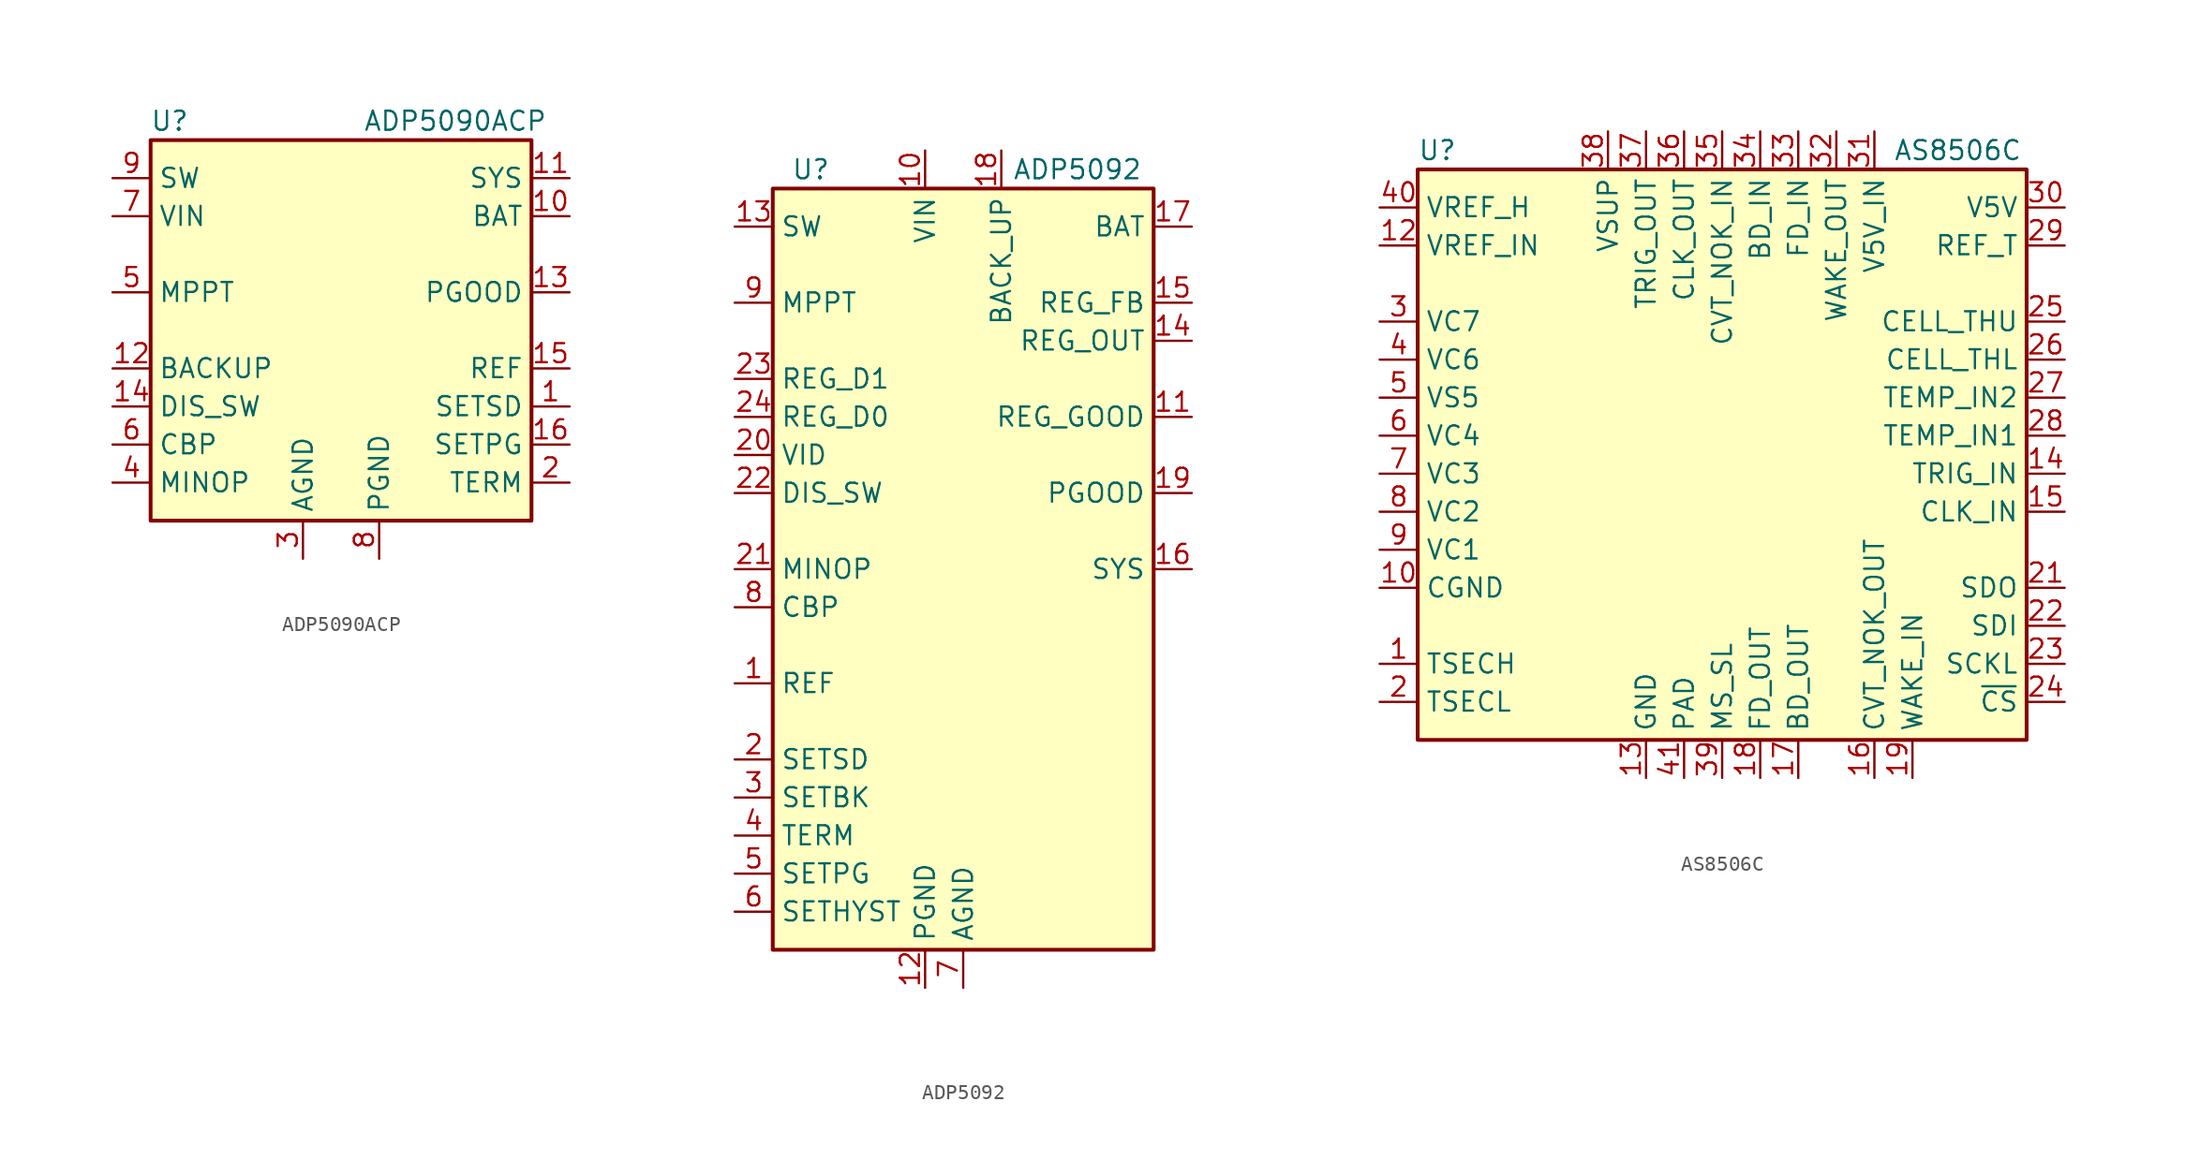
<source format=kicad_sym>
(kicad_symbol_lib
  (version 20231120)
  (generator "kicad_symbol_editor")
  (generator_version "8.0")
  (symbol "ADP5090ACP"
    (property "Reference" "U"
      (at -11.43 13.97 0)
      (effects (font (size 1.27 1.27))))
    (property "Value" "ADP5090ACP"
      (at 7.62 13.97 0)
      (effects (font (size 1.27 1.27))))
    (symbol "ADP5090ACP_0_1"
      (rectangle (start -12.7 12.7) (end 12.7 -12.7) (stroke (width 0.254) (type default)) (fill (type background))))
    (symbol "ADP5090ACP_1_1"
      (pin input line (at 15.24 -5.08 180) (length 2.54) (name "SETSD" (effects (font (size 1.27 1.27)))) (number "1" (effects (font (size 1.27 1.27)))))
      (pin power_out line (at 15.24 7.62 180) (length 2.54) (name "BAT" (effects (font (size 1.27 1.27)))) (number "10" (effects (font (size 1.27 1.27)))))
      (pin power_out line (at 15.24 10.16 180) (length 2.54) (name "SYS" (effects (font (size 1.27 1.27)))) (number "11" (effects (font (size 1.27 1.27)))))
      (pin passive line (at -15.24 -2.54 0) (length 2.54) (name "BACKUP" (effects (font (size 1.27 1.27)))) (number "12" (effects (font (size 1.27 1.27)))))
      (pin output line (at 15.24 2.54 180) (length 2.54) (name "PGOOD" (effects (font (size 1.27 1.27)))) (number "13" (effects (font (size 1.27 1.27)))))
      (pin input line (at -15.24 -5.08 0) (length 2.54) (name "DIS_SW" (effects (font (size 1.27 1.27)))) (number "14" (effects (font (size 1.27 1.27)))))
      (pin output line (at 15.24 -2.54 180) (length 2.54) (name "REF" (effects (font (size 1.27 1.27)))) (number "15" (effects (font (size 1.27 1.27)))))
      (pin input line (at 15.24 -7.62 180) (length 2.54) (name "SETPG" (effects (font (size 1.27 1.27)))) (number "16" (effects (font (size 1.27 1.27)))))
      (pin passive line (at -2.54 -15.24 90) (length 2.54) hide (name "AGND" (effects (font (size 1.27 1.27)))) (number "17" (effects (font (size 1.27 1.27)))))
      (pin input line (at 15.24 -10.16 180) (length 2.54) (name "TERM" (effects (font (size 1.27 1.27)))) (number "2" (effects (font (size 1.27 1.27)))))
      (pin power_in line (at -2.54 -15.24 90) (length 2.54) (name "AGND" (effects (font (size 1.27 1.27)))) (number "3" (effects (font (size 1.27 1.27)))))
      (pin passive line (at -15.24 -10.16 0) (length 2.54) (name "MINOP" (effects (font (size 1.27 1.27)))) (number "4" (effects (font (size 1.27 1.27)))))
      (pin input line (at -15.24 2.54 0) (length 2.54) (name "MPPT" (effects (font (size 1.27 1.27)))) (number "5" (effects (font (size 1.27 1.27)))))
      (pin passive line (at -15.24 -7.62 0) (length 2.54) (name "CBP" (effects (font (size 1.27 1.27)))) (number "6" (effects (font (size 1.27 1.27)))))
      (pin power_in line (at -15.24 7.62 0) (length 2.54) (name "VIN" (effects (font (size 1.27 1.27)))) (number "7" (effects (font (size 1.27 1.27)))))
      (pin power_in line (at 2.54 -15.24 90) (length 2.54) (name "PGND" (effects (font (size 1.27 1.27)))) (number "8" (effects (font (size 1.27 1.27)))))
      (pin input line (at -15.24 10.16 0) (length 2.54) (name "SW" (effects (font (size 1.27 1.27)))) (number "9" (effects (font (size 1.27 1.27)))))))
  (symbol "ADP5092"
    (property "Reference" "U"
      (at -10.16 26.67 0)
      (effects (font (size 1.27 1.27))))
    (property "Value" "ADP5092"
      (at 7.62 26.67 0)
      (effects (font (size 1.27 1.27))))
    (symbol "ADP5092_0_1"
      (rectangle (start 12.7 25.4) (end -12.7 -25.4) (stroke (width 0.254) (type default)) (fill (type background))))
    (symbol "ADP5092_1_1"
      (pin passive line (at -15.24 -7.62 0) (length 2.54) (name "REF" (effects (font (size 1.27 1.27)))) (number "1" (effects (font (size 1.27 1.27)))))
      (pin power_in line (at -2.54 27.94 270) (length 2.54) (name "VIN" (effects (font (size 1.27 1.27)))) (number "10" (effects (font (size 1.27 1.27)))))
      (pin output line (at 15.24 10.16 180) (length 2.54) (name "REG_GOOD" (effects (font (size 1.27 1.27)))) (number "11" (effects (font (size 1.27 1.27)))))
      (pin power_in line (at -2.54 -27.94 90) (length 2.54) (name "PGND" (effects (font (size 1.27 1.27)))) (number "12" (effects (font (size 1.27 1.27)))))
      (pin power_in line (at -15.24 22.86 0) (length 2.54) (name "SW" (effects (font (size 1.27 1.27)))) (number "13" (effects (font (size 1.27 1.27)))))
      (pin power_out line (at 15.24 15.24 180) (length 2.54) (name "REG_OUT" (effects (font (size 1.27 1.27)))) (number "14" (effects (font (size 1.27 1.27)))))
      (pin power_out line (at 15.24 17.78 180) (length 2.54) (name "REG_FB" (effects (font (size 1.27 1.27)))) (number "15" (effects (font (size 1.27 1.27)))))
      (pin power_out line (at 15.24 0 180) (length 2.54) (name "SYS" (effects (font (size 1.27 1.27)))) (number "16" (effects (font (size 1.27 1.27)))))
      (pin power_out line (at 15.24 22.86 180) (length 2.54) (name "BAT" (effects (font (size 1.27 1.27)))) (number "17" (effects (font (size 1.27 1.27)))))
      (pin power_in line (at 2.54 27.94 270) (length 2.54) (name "BACK_UP" (effects (font (size 1.27 1.27)))) (number "18" (effects (font (size 1.27 1.27)))))
      (pin output line (at 15.24 5.08 180) (length 2.54) (name "PGOOD" (effects (font (size 1.27 1.27)))) (number "19" (effects (font (size 1.27 1.27)))))
      (pin passive line (at -15.24 -12.7 0) (length 2.54) (name "SETSD" (effects (font (size 1.27 1.27)))) (number "2" (effects (font (size 1.27 1.27)))))
      (pin input line (at -15.24 7.62 0) (length 2.54) (name "VID" (effects (font (size 1.27 1.27)))) (number "20" (effects (font (size 1.27 1.27)))))
      (pin passive line (at -15.24 0 0) (length 2.54) (name "MINOP" (effects (font (size 1.27 1.27)))) (number "21" (effects (font (size 1.27 1.27)))))
      (pin input line (at -15.24 5.08 0) (length 2.54) (name "DIS_SW" (effects (font (size 1.27 1.27)))) (number "22" (effects (font (size 1.27 1.27)))))
      (pin input line (at -15.24 12.7 0) (length 2.54) (name "REG_D1" (effects (font (size 1.27 1.27)))) (number "23" (effects (font (size 1.27 1.27)))))
      (pin input line (at -15.24 10.16 0) (length 2.54) (name "REG_D0" (effects (font (size 1.27 1.27)))) (number "24" (effects (font (size 1.27 1.27)))))
      (pin passive line (at 0 -27.94 90) (length 2.54) hide (name "AGND" (effects (font (size 1.27 1.27)))) (number "25" (effects (font (size 1.27 1.27)))))
      (pin passive line (at -15.24 -15.24 0) (length 2.54) (name "SETBK" (effects (font (size 1.27 1.27)))) (number "3" (effects (font (size 1.27 1.27)))))
      (pin passive line (at -15.24 -17.78 0) (length 2.54) (name "TERM" (effects (font (size 1.27 1.27)))) (number "4" (effects (font (size 1.27 1.27)))))
      (pin passive line (at -15.24 -20.32 0) (length 2.54) (name "SETPG" (effects (font (size 1.27 1.27)))) (number "5" (effects (font (size 1.27 1.27)))))
      (pin passive line (at -15.24 -22.86 0) (length 2.54) (name "SETHYST" (effects (font (size 1.27 1.27)))) (number "6" (effects (font (size 1.27 1.27)))))
      (pin power_in line (at 0 -27.94 90) (length 2.54) (name "AGND" (effects (font (size 1.27 1.27)))) (number "7" (effects (font (size 1.27 1.27)))))
      (pin passive line (at -15.24 -2.54 0) (length 2.54) (name "CBP" (effects (font (size 1.27 1.27)))) (number "8" (effects (font (size 1.27 1.27)))))
      (pin input line (at -15.24 17.78 0) (length 2.54) (name "MPPT" (effects (font (size 1.27 1.27)))) (number "9" (effects (font (size 1.27 1.27)))))))
  (symbol "AS8506C"
    (property "Reference" "U"
      (at -20.32 21.59 0)
      (effects (font (size 1.27 1.27)) (justify left)))
    (property "Value" "AS8506C"
      (at 11.43 21.59 0)
      (effects (font (size 1.27 1.27)) (justify left)))
    (symbol "AS8506C_0_1"
      (rectangle (start 20.32 -17.78) (end -20.32 20.32) (stroke (width 0.254) (type default)) (fill (type background))))
    (symbol "AS8506C_1_1"
      (pin input line (at -22.86 -12.7 0) (length 2.54) (name "TSECH" (effects (font (size 1.27 1.27)))) (number "1" (effects (font (size 1.27 1.27)))))
      (pin input line (at -22.86 -7.62 0) (length 2.54) (name "CGND" (effects (font (size 1.27 1.27)))) (number "10" (effects (font (size 1.27 1.27)))))
      (pin no_connect line (at -10.16 -17.78 90) (length 2.54) hide (name "NC" (effects (font (size 1.27 1.27)))) (number "11" (effects (font (size 1.27 1.27)))))
      (pin input line (at -22.86 15.24 0) (length 2.54) (name "VREF_IN" (effects (font (size 1.27 1.27)))) (number "12" (effects (font (size 1.27 1.27)))))
      (pin power_in line (at -5.08 -20.32 90) (length 2.54) (name "GND" (effects (font (size 1.27 1.27)))) (number "13" (effects (font (size 1.27 1.27)))))
      (pin input line (at 22.86 0 180) (length 2.54) (name "TRIG_IN" (effects (font (size 1.27 1.27)))) (number "14" (effects (font (size 1.27 1.27)))))
      (pin input line (at 22.86 -2.54 180) (length 2.54) (name "CLK_IN" (effects (font (size 1.27 1.27)))) (number "15" (effects (font (size 1.27 1.27)))))
      (pin input line (at 10.16 -20.32 90) (length 2.54) (name "CVT_NOK_OUT" (effects (font (size 1.27 1.27)))) (number "16" (effects (font (size 1.27 1.27)))))
      (pin input line (at 5.08 -20.32 90) (length 2.54) (name "BD_OUT" (effects (font (size 1.27 1.27)))) (number "17" (effects (font (size 1.27 1.27)))))
      (pin input line (at 2.54 -20.32 90) (length 2.54) (name "FD_OUT" (effects (font (size 1.27 1.27)))) (number "18" (effects (font (size 1.27 1.27)))))
      (pin input line (at 12.7 -20.32 90) (length 2.54) (name "WAKE_IN" (effects (font (size 1.27 1.27)))) (number "19" (effects (font (size 1.27 1.27)))))
      (pin input line (at -22.86 -15.24 0) (length 2.54) (name "TSECL" (effects (font (size 1.27 1.27)))) (number "2" (effects (font (size 1.27 1.27)))))
      (pin no_connect line (at -7.62 -17.78 90) (length 2.54) hide (name "NC_T" (effects (font (size 1.27 1.27)))) (number "20" (effects (font (size 1.27 1.27)))))
      (pin output line (at 22.86 -7.62 180) (length 2.54) (name "SDO" (effects (font (size 1.27 1.27)))) (number "21" (effects (font (size 1.27 1.27)))))
      (pin input line (at 22.86 -10.16 180) (length 2.54) (name "SDI" (effects (font (size 1.27 1.27)))) (number "22" (effects (font (size 1.27 1.27)))))
      (pin input line (at 22.86 -12.7 180) (length 2.54) (name "SCKL" (effects (font (size 1.27 1.27)))) (number "23" (effects (font (size 1.27 1.27)))))
      (pin input line (at 22.86 -15.24 180) (length 2.54) (name "~{CS}" (effects (font (size 1.27 1.27)))) (number "24" (effects (font (size 1.27 1.27)))))
      (pin input line (at 22.86 10.16 180) (length 2.54) (name "CELL_THU" (effects (font (size 1.27 1.27)))) (number "25" (effects (font (size 1.27 1.27)))))
      (pin input line (at 22.86 7.62 180) (length 2.54) (name "CELL_THL" (effects (font (size 1.27 1.27)))) (number "26" (effects (font (size 1.27 1.27)))))
      (pin input line (at 22.86 5.08 180) (length 2.54) (name "TEMP_IN2" (effects (font (size 1.27 1.27)))) (number "27" (effects (font (size 1.27 1.27)))))
      (pin input line (at 22.86 2.54 180) (length 2.54) (name "TEMP_IN1" (effects (font (size 1.27 1.27)))) (number "28" (effects (font (size 1.27 1.27)))))
      (pin input line (at 22.86 15.24 180) (length 2.54) (name "REF_T" (effects (font (size 1.27 1.27)))) (number "29" (effects (font (size 1.27 1.27)))))
      (pin input line (at -22.86 10.16 0) (length 2.54) (name "VC7" (effects (font (size 1.27 1.27)))) (number "3" (effects (font (size 1.27 1.27)))))
      (pin input line (at 22.86 17.78 180) (length 2.54) (name "V5V" (effects (font (size 1.27 1.27)))) (number "30" (effects (font (size 1.27 1.27)))))
      (pin input line (at 10.16 22.86 270) (length 2.54) (name "V5V_IN" (effects (font (size 1.27 1.27)))) (number "31" (effects (font (size 1.27 1.27)))))
      (pin input line (at 7.62 22.86 270) (length 2.54) (name "WAKE_OUT" (effects (font (size 1.27 1.27)))) (number "32" (effects (font (size 1.27 1.27)))))
      (pin input line (at 5.08 22.86 270) (length 2.54) (name "FD_IN" (effects (font (size 1.27 1.27)))) (number "33" (effects (font (size 1.27 1.27)))))
      (pin input line (at 2.54 22.86 270) (length 2.54) (name "BD_IN" (effects (font (size 1.27 1.27)))) (number "34" (effects (font (size 1.27 1.27)))))
      (pin input line (at 0 22.86 270) (length 2.54) (name "CVT_NOK_IN" (effects (font (size 1.27 1.27)))) (number "35" (effects (font (size 1.27 1.27)))))
      (pin input line (at -2.54 22.86 270) (length 2.54) (name "CLK_OUT" (effects (font (size 1.27 1.27)))) (number "36" (effects (font (size 1.27 1.27)))))
      (pin input line (at -5.08 22.86 270) (length 2.54) (name "TRIG_OUT" (effects (font (size 1.27 1.27)))) (number "37" (effects (font (size 1.27 1.27)))))
      (pin power_in line (at -7.62 22.86 270) (length 2.54) (name "VSUP" (effects (font (size 1.27 1.27)))) (number "38" (effects (font (size 1.27 1.27)))))
      (pin input line (at 0 -20.32 90) (length 2.54) (name "MS_SL" (effects (font (size 1.27 1.27)))) (number "39" (effects (font (size 1.27 1.27)))))
      (pin input line (at -22.86 7.62 0) (length 2.54) (name "VC6" (effects (font (size 1.27 1.27)))) (number "4" (effects (font (size 1.27 1.27)))))
      (pin input line (at -22.86 17.78 0) (length 2.54) (name "VREF_H" (effects (font (size 1.27 1.27)))) (number "40" (effects (font (size 1.27 1.27)))))
      (pin power_in line (at -2.54 -20.32 90) (length 2.54) (name "PAD" (effects (font (size 1.27 1.27)))) (number "41" (effects (font (size 1.27 1.27)))))
      (pin input line (at -22.86 5.08 0) (length 2.54) (name "VS5" (effects (font (size 1.27 1.27)))) (number "5" (effects (font (size 1.27 1.27)))))
      (pin input line (at -22.86 2.54 0) (length 2.54) (name "VC4" (effects (font (size 1.27 1.27)))) (number "6" (effects (font (size 1.27 1.27)))))
      (pin input line (at -22.86 0 0) (length 2.54) (name "VC3" (effects (font (size 1.27 1.27)))) (number "7" (effects (font (size 1.27 1.27)))))
      (pin input line (at -22.86 -2.54 0) (length 2.54) (name "VC2" (effects (font (size 1.27 1.27)))) (number "8" (effects (font (size 1.27 1.27)))))
      (pin input line (at -22.86 -5.08 0) (length 2.54) (name "VC1" (effects (font (size 1.27 1.27)))) (number "9" (effects (font (size 1.27 1.27))))))))
</source>
